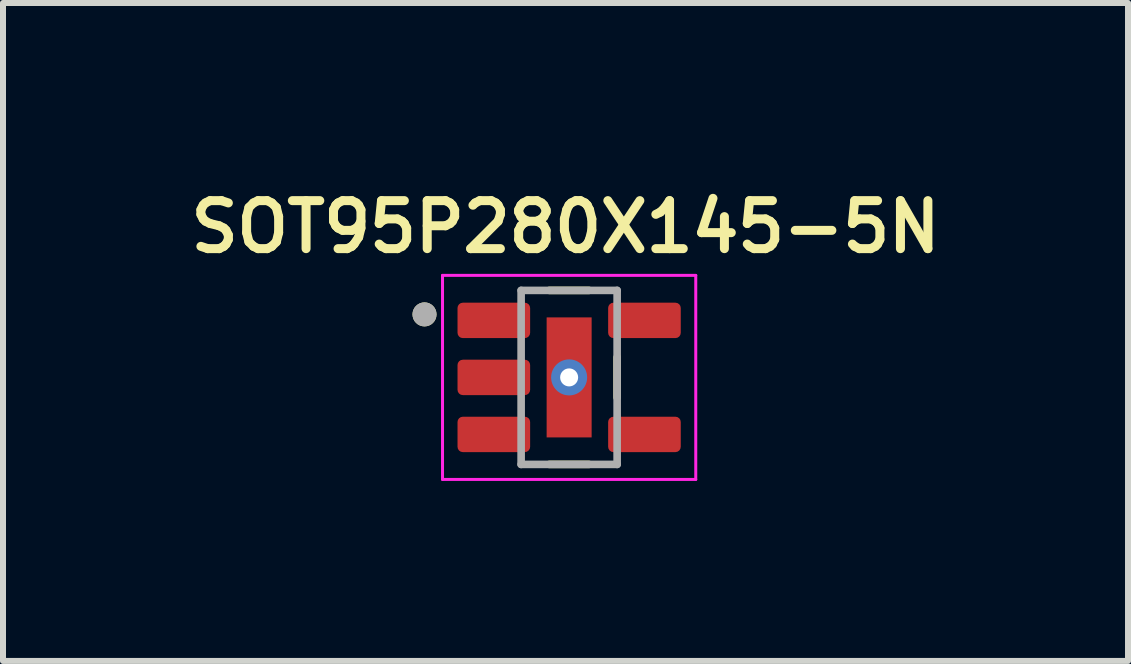
<source format=kicad_pcb>
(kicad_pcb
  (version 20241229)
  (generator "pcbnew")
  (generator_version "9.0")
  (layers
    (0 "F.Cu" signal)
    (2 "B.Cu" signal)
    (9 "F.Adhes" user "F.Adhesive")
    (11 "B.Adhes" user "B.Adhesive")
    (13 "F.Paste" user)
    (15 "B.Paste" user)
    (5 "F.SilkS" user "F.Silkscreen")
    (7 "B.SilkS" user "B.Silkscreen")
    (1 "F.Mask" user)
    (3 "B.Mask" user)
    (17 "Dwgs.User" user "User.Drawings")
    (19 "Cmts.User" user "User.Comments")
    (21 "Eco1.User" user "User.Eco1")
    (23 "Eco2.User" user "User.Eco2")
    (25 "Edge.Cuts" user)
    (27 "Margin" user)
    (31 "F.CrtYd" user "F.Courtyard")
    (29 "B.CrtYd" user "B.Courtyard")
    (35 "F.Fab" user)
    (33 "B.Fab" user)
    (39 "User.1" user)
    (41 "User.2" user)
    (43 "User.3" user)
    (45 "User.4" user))
  (footprint "SOT95P280X145-5N"
    (layer "F.Cu")
    (at 6.434 3.239)
    (property "Reference" "SOT95P280X145-5N" (at -0.06 -2.508 0) (layer "F.SilkS") (effects (font (size 0.8 0.8) (thickness 0.15))))
    (attr smd)
    (fp_line (start -0.33 -1.45) (end 0.33 -1.45) (stroke (width 0.127) (type solid)) (layer "F.SilkS"))
    (fp_line (start 0.33 1.45) (end -0.33 1.45) (stroke (width 0.127) (type solid)) (layer "F.SilkS"))
    (fp_line (start 0.8 -0.335) (end 0.8 0.335) (stroke (width 0.127) (type solid)) (layer "F.SilkS"))
    (fp_circle (center -2.41 -1.05) (end -2.31 -1.05) (stroke (width 0.2) (type solid)) (fill no) (layer "F.SilkS"))
    (fp_line (start -2.11 -1.7) (end 2.11 -1.7) (stroke (width 0.05) (type solid)) (layer "F.CrtYd"))
    (fp_line (start -2.11 1.7) (end -2.11 -1.7) (stroke (width 0.05) (type solid)) (layer "F.CrtYd"))
    (fp_line (start 2.11 -1.7) (end 2.11 1.7) (stroke (width 0.05) (type solid)) (layer "F.CrtYd"))
    (fp_line (start 2.11 1.7) (end -2.11 1.7) (stroke (width 0.05) (type solid)) (layer "F.CrtYd"))
    (fp_line (start -0.8 -1.45) (end 0.8 -1.45) (stroke (width 0.127) (type solid)) (layer "F.Fab"))
    (fp_line (start -0.8 1.45) (end -0.8 -1.45) (stroke (width 0.127) (type solid)) (layer "F.Fab"))
    (fp_line (start 0.8 -1.45) (end 0.8 1.45) (stroke (width 0.127) (type solid)) (layer "F.Fab"))
    (fp_line (start 0.8 1.45) (end -0.8 1.45) (stroke (width 0.127) (type solid)) (layer "F.Fab"))
    (fp_circle (center -2.41 -1.05) (end -2.31 -1.05) (stroke (width 0.2) (type solid)) (fill no) (layer "F.Fab"))
    (pad "1" smd roundrect (at -1.255 -0.95) (size 1.21 0.59) (layers "F.Cu" "F.Mask" "F.Paste") (roundrect_rratio 0.15))
    (pad "2" smd roundrect (at -1.255 0) (size 1.21 0.59) (layers "F.Cu" "F.Mask" "F.Paste") (roundrect_rratio 0.15))
    (pad "2" thru_hole circle (at 0 0) (size 0.6 0.6) (drill 0.3) (layers "*.Cu" "*.Mask"))
    (pad "2" smd rect (at 0 0) (size 0.75 2) (layers "F.Cu" "F.Mask" "F.Paste"))
    (pad "3" smd roundrect (at -1.255 0.95) (size 1.21 0.59) (layers "F.Cu" "F.Mask" "F.Paste") (roundrect_rratio 0.15))
    (pad "4" smd roundrect (at 1.255 0.95) (size 1.21 0.59) (layers "F.Cu" "F.Mask" "F.Paste") (roundrect_rratio 0.15))
    (pad "5" smd roundrect (at 1.255 -0.95) (size 1.21 0.59) (layers "F.Cu" "F.Mask" "F.Paste") (roundrect_rratio 0.15)))
  (gr_rect
    (start -3 -3)
    (end 15.747 7.964)
    (stroke (width 0.1) (type default))
    (fill no)
    (layer "Edge.Cuts")))
</source>
